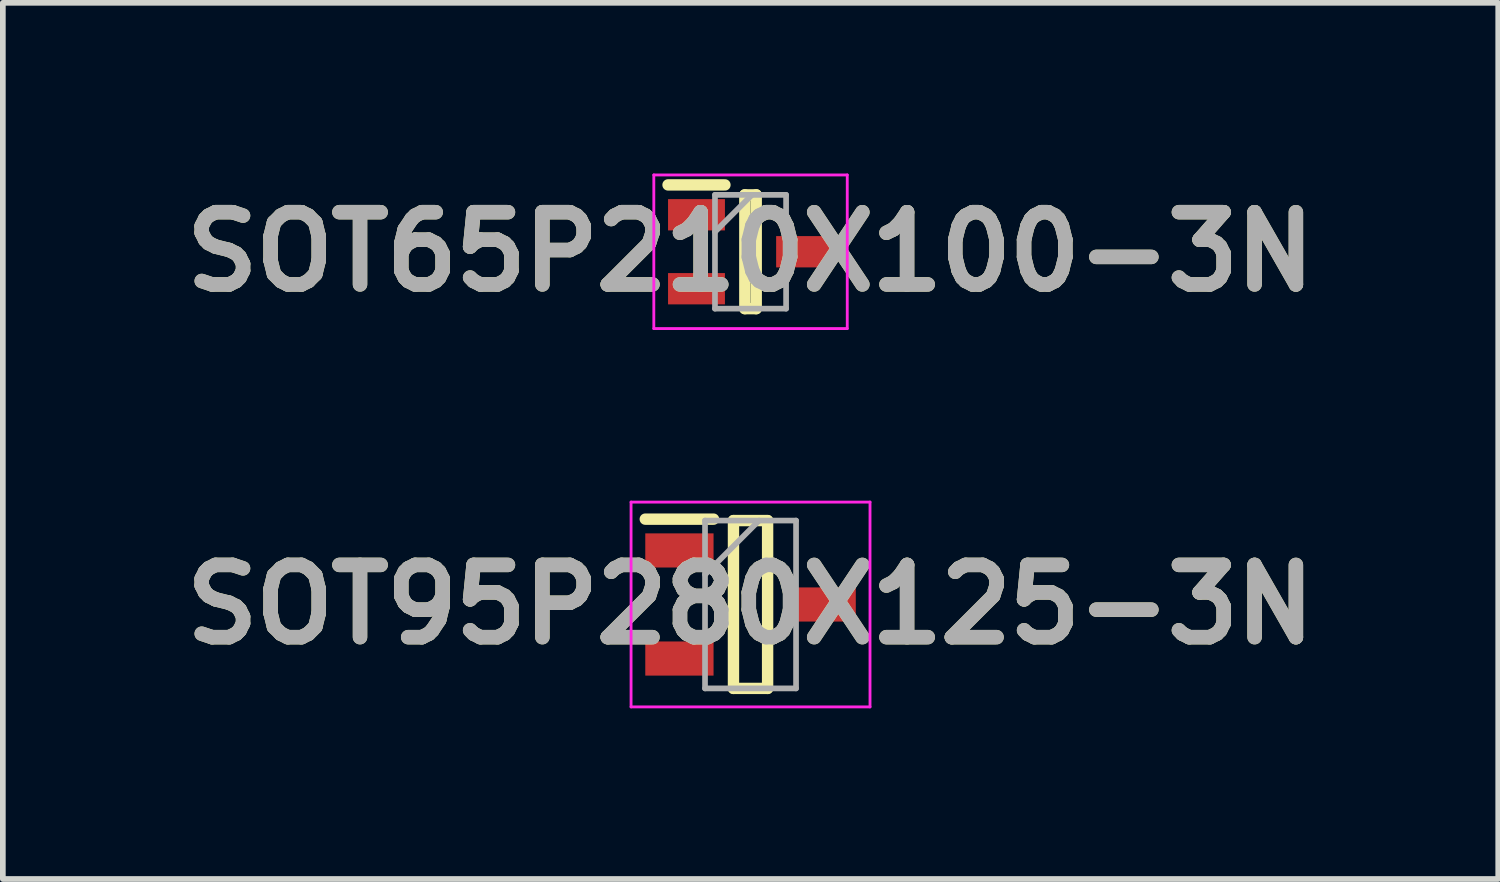
<source format=kicad_pcb>
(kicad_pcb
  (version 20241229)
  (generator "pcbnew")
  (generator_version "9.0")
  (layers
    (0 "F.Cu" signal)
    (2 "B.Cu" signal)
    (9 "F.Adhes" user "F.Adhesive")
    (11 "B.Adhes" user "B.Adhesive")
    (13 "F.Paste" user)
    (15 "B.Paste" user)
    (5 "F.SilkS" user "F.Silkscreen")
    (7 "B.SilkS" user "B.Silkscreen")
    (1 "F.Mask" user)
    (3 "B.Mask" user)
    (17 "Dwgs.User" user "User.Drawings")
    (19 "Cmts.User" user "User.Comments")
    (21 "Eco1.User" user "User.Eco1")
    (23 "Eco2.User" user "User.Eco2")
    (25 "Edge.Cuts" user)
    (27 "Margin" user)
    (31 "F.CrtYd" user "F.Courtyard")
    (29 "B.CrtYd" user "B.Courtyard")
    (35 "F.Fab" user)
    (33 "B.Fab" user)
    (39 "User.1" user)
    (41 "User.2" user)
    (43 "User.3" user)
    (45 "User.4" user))
  (footprint "SOT65P210X100-3N"
    (layer "F.Cu")
    (at 10.142 1.375)
    (property "Reference" "SOT65P210X100-3N" (at 0 0 0) (layer "F.SilkS") (effects (font (size 1.27 1.27) (thickness 0.254))))
    (attr smd)
    (fp_line (start -1.45 -1.175) (end -0.45 -1.175) (stroke (width 0.2) (type solid)) (layer "F.SilkS"))
    (fp_line (start -0.1 -1) (end 0.1 -1) (stroke (width 0.2) (type solid)) (layer "F.SilkS"))
    (fp_line (start -0.1 1) (end -0.1 -1) (stroke (width 0.2) (type solid)) (layer "F.SilkS"))
    (fp_line (start 0.1 -1) (end 0.1 1) (stroke (width 0.2) (type solid)) (layer "F.SilkS"))
    (fp_line (start 0.1 1) (end -0.1 1) (stroke (width 0.2) (type solid)) (layer "F.SilkS"))
    (fp_line (start -1.7 -1.35) (end 1.7 -1.35) (stroke (width 0.05) (type solid)) (layer "F.CrtYd"))
    (fp_line (start -1.7 1.35) (end -1.7 -1.35) (stroke (width 0.05) (type solid)) (layer "F.CrtYd"))
    (fp_line (start 1.7 -1.35) (end 1.7 1.35) (stroke (width 0.05) (type solid)) (layer "F.CrtYd"))
    (fp_line (start 1.7 1.35) (end -1.7 1.35) (stroke (width 0.05) (type solid)) (layer "F.CrtYd"))
    (fp_line (start -0.625 -1) (end 0.625 -1) (stroke (width 0.1) (type solid)) (layer "F.Fab"))
    (fp_line (start -0.625 -0.35) (end 0.025 -1) (stroke (width 0.1) (type solid)) (layer "F.Fab"))
    (fp_line (start -0.625 1) (end -0.625 -1) (stroke (width 0.1) (type solid)) (layer "F.Fab"))
    (fp_line (start 0.625 -1) (end 0.625 1) (stroke (width 0.1) (type solid)) (layer "F.Fab"))
    (fp_line (start 0.625 1) (end -0.625 1) (stroke (width 0.1) (type solid)) (layer "F.Fab"))
    (fp_text user "${REFERENCE}" (at 0 0 0) (layer "F.Fab") (effects (font (size 1.27 1.27) (thickness 0.254))))
    (pad "1" smd rect (at -0.95 -0.65 90) (size 0.55 1) (layers "F.Cu" "F.Mask" "F.Paste"))
    (pad "2" smd rect (at -0.95 0.65 90) (size 0.55 1) (layers "F.Cu" "F.Mask" "F.Paste"))
    (pad "3" smd rect (at 0.95 0 90) (size 0.55 1) (layers "F.Cu" "F.Mask" "F.Paste")))
  (footprint "SOT95P280X125-3N"
    (layer "F.Cu")
    (at 10.142 7.575)
    (property "Reference" "SOT95P280X125-3N" (at 0 0 0) (layer "F.SilkS") (effects (font (size 1.27 1.27) (thickness 0.254))))
    (attr smd)
    (fp_line (start -1.85 -1.5) (end -0.65 -1.5) (stroke (width 0.2) (type solid)) (layer "F.SilkS"))
    (fp_line (start -0.3 -1.475) (end 0.3 -1.475) (stroke (width 0.2) (type solid)) (layer "F.SilkS"))
    (fp_line (start -0.3 1.475) (end -0.3 -1.475) (stroke (width 0.2) (type solid)) (layer "F.SilkS"))
    (fp_line (start 0.3 -1.475) (end 0.3 1.475) (stroke (width 0.2) (type solid)) (layer "F.SilkS"))
    (fp_line (start 0.3 1.475) (end -0.3 1.475) (stroke (width 0.2) (type solid)) (layer "F.SilkS"))
    (fp_line (start -2.1 -1.8) (end 2.1 -1.8) (stroke (width 0.05) (type solid)) (layer "F.CrtYd"))
    (fp_line (start -2.1 1.8) (end -2.1 -1.8) (stroke (width 0.05) (type solid)) (layer "F.CrtYd"))
    (fp_line (start 2.1 -1.8) (end 2.1 1.8) (stroke (width 0.05) (type solid)) (layer "F.CrtYd"))
    (fp_line (start 2.1 1.8) (end -2.1 1.8) (stroke (width 0.05) (type solid)) (layer "F.CrtYd"))
    (fp_line (start -0.8 -1.475) (end 0.8 -1.475) (stroke (width 0.1) (type solid)) (layer "F.Fab"))
    (fp_line (start -0.8 -0.525) (end 0.15 -1.475) (stroke (width 0.1) (type solid)) (layer "F.Fab"))
    (fp_line (start -0.8 1.475) (end -0.8 -1.475) (stroke (width 0.1) (type solid)) (layer "F.Fab"))
    (fp_line (start 0.8 -1.475) (end 0.8 1.475) (stroke (width 0.1) (type solid)) (layer "F.Fab"))
    (fp_line (start 0.8 1.475) (end -0.8 1.475) (stroke (width 0.1) (type solid)) (layer "F.Fab"))
    (fp_text user "${REFERENCE}" (at 0 0 0) (layer "F.Fab") (effects (font (size 1.27 1.27) (thickness 0.254))))
    (pad "1" smd rect (at -1.25 -0.95 90) (size 0.6 1.2) (layers "F.Cu" "F.Mask" "F.Paste"))
    (pad "2" smd rect (at -1.25 0.95 90) (size 0.6 1.2) (layers "F.Cu" "F.Mask" "F.Paste"))
    (pad "3" smd rect (at 1.25 0 90) (size 0.6 1.2) (layers "F.Cu" "F.Mask" "F.Paste")))
  (gr_rect
    (start -3 -3)
    (end 23.284 12.4)
    (stroke (width 0.1) (type default))
    (fill no)
    (layer "Edge.Cuts")))
</source>
